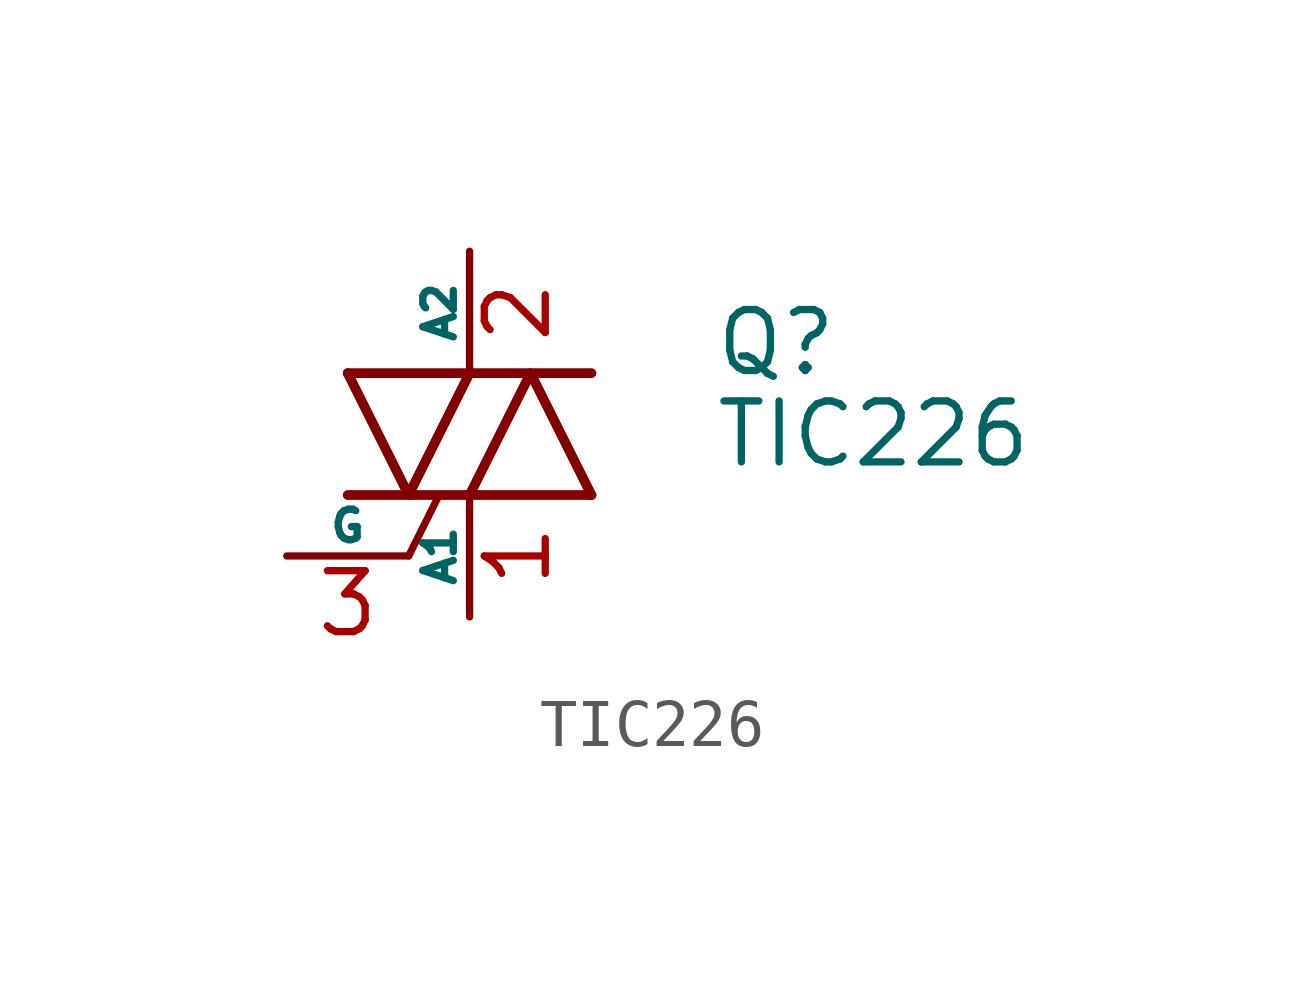
<source format=kicad_sym>
(kicad_symbol_lib
  (version 20211014)
  (generator kicad_symbol_editor)
  (symbol "TIC226"
    (pin_names
      (offset 0))
    (property "Reference" "Q"
      (at 5.08 1.905 0)
      (effects (font (size 1.27 1.27)) (justify left)))
    (property "Value" "TIC226"
      (at 5.08 0 0)
      (effects (font (size 1.27 1.27)) (justify left)))
    (symbol "TIC226_0_1"
      (polyline (pts (xy -2.54 -1.27) (xy 2.54 -1.27)) (stroke (width 0.203) (type default) (color 0 0 0 0)) (fill (type none)))
      (polyline (pts (xy -2.54 1.27) (xy 2.54 1.27)) (stroke (width 0.203) (type default) (color 0 0 0 0)) (fill (type none)))
      (polyline (pts (xy -1.27 -2.54) (xy -0.635 -1.27)) (stroke (width 0) (type default) (color 0 0 0 0)) (fill (type none)))
      (polyline (pts (xy -2.54 1.27) (xy -1.27 -1.27) (xy 0 1.27)) (stroke (width 0.203) (type default) (color 0 0 0 0)) (fill (type none)))
      (polyline (pts (xy 0 -1.27) (xy 1.27 1.27) (xy 2.54 -1.27)) (stroke (width 0.203) (type default) (color 0 0 0 0)) (fill (type none))))
    (symbol "TIC226_1_1"
      (pin passive line (at 0 -3.81 90) (length 2.54) (name "A1" (effects (font (size 0.635 0.635)))) (number "1" (effects (font (size 1.27 1.27)))))
      (pin passive line (at 0 3.81 270) (length 2.54) (name "A2" (effects (font (size 0.635 0.635)))) (number "2" (effects (font (size 1.27 1.27)))))
      (pin input line (at -3.81 -2.54 0) (length 2.54) (name "G" (effects (font (size 0.635 0.635)))) (number "3" (effects (font (size 1.27 1.27))))))))
</source>
